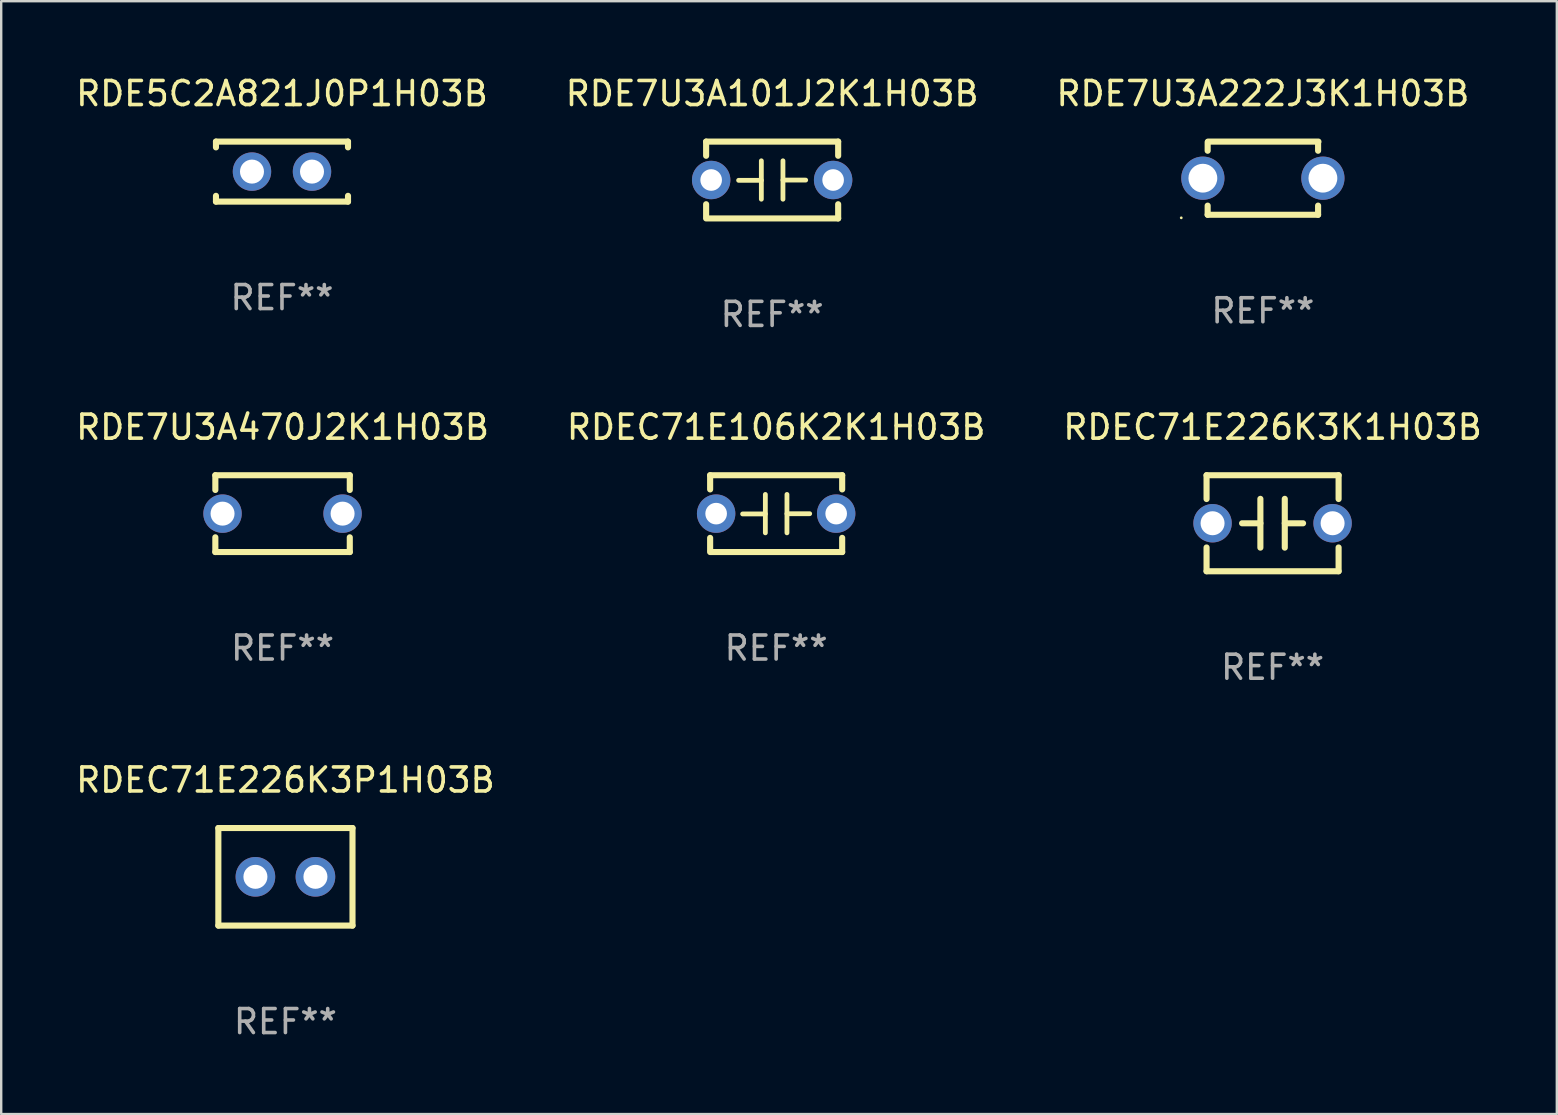
<source format=kicad_pcb>
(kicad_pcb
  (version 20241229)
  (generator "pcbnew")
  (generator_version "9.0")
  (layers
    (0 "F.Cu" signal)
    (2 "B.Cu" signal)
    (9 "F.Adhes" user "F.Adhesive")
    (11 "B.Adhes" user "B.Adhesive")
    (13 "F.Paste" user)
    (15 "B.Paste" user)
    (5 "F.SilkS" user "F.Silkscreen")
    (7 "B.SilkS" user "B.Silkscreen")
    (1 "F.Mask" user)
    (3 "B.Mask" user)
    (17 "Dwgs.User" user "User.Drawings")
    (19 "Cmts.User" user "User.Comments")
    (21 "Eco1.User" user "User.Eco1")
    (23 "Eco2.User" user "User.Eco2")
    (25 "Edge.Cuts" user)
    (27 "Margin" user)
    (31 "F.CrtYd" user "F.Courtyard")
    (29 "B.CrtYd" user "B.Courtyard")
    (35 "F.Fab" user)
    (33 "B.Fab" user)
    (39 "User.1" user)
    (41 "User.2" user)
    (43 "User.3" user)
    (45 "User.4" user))
  (footprint "RDEC71E106K2K1H03B"
    (layer "F.Cu")
    (at 29.28 18.345)
    (property "Reference" "RDEC71E106K2K1H03B" (at 0 -3.6 0) (layer "F.SilkS") (effects (font (size 1 1) (thickness 0.15))))
    (attr through_hole)
    (fp_line (start -2.75 -1.6) (end -2.75 -1.009) (stroke (width 0.254) (type solid)) (layer "F.SilkS"))
    (fp_line (start -2.75 -1.6) (end 2.75 -1.6) (stroke (width 0.254) (type solid)) (layer "F.SilkS"))
    (fp_line (start -2.75 1.009) (end -2.75 1.524) (stroke (width 0.254) (type solid)) (layer "F.SilkS"))
    (fp_line (start -2.75 1.6) (end 2.75 1.6) (stroke (width 0.254) (type solid)) (layer "F.SilkS"))
    (fp_line (start -0.45 -0.8) (end -0.45 0.8) (stroke (width 0.2) (type solid)) (layer "F.SilkS"))
    (fp_line (start -0.45 0.013) (end -1.397 0.013) (stroke (width 0.2) (type solid)) (layer "F.SilkS"))
    (fp_line (start 0.45 0.003) (end 1.397 0.003) (stroke (width 0.2) (type solid)) (layer "F.SilkS"))
    (fp_line (start 0.45 0.8) (end 0.45 -0.8) (stroke (width 0.2) (type solid)) (layer "F.SilkS"))
    (fp_line (start 2.75 -1.6) (end 2.75 -1.009) (stroke (width 0.254) (type solid)) (layer "F.SilkS"))
    (fp_line (start 2.75 1.009) (end 2.75 1.6) (stroke (width 0.254) (type solid)) (layer "F.SilkS"))
    (fp_circle (center -2.75 1.6) (end -2.72 1.6) (stroke (width 0.06) (type solid)) (fill no) (layer "F.SilkS"))
    (fp_text user "REF**" (at 0 5.6 0) (layer "F.Fab") (effects (font (size 1 1) (thickness 0.15))))
    (pad "1" thru_hole circle (at -2.5 0) (size 1.6 1.6) (drill 0.9) (layers "*.Cu" "*.Mask"))
    (pad "2" thru_hole circle (at 2.5 0) (size 1.6 1.6) (drill 0.9) (layers "*.Cu" "*.Mask")))
  (footprint "RDE5C2A821J0P1H03B"
    (layer "F.Cu")
    (at 8.696 4.098)
    (property "Reference" "RDE5C2A821J0P1H03B" (at 0 -3.25 0) (layer "F.SilkS") (effects (font (size 1 1) (thickness 0.15))))
    (attr through_hole)
    (fp_line (start -2.75 -1.25) (end -2.75 -1.009) (stroke (width 0.254) (type solid)) (layer "F.SilkS"))
    (fp_line (start -2.75 -1.25) (end 2.75 -1.25) (stroke (width 0.254) (type solid)) (layer "F.SilkS"))
    (fp_line (start -2.75 1.009) (end -2.75 1.25) (stroke (width 0.254) (type solid)) (layer "F.SilkS"))
    (fp_line (start 2.75 -1.25) (end 2.75 -1.009) (stroke (width 0.254) (type solid)) (layer "F.SilkS"))
    (fp_line (start 2.75 1.009) (end 2.75 1.25) (stroke (width 0.254) (type solid)) (layer "F.SilkS"))
    (fp_line (start 2.75 1.25) (end -2.75 1.25) (stroke (width 0.254) (type solid)) (layer "F.SilkS"))
    (fp_circle (center -2.75 1.25) (end -2.72 1.25) (stroke (width 0.06) (type solid)) (fill no) (layer "F.SilkS"))
    (fp_text user "REF**" (at 0 5.25 0) (layer "F.Fab") (effects (font (size 1 1) (thickness 0.15))))
    (pad "1" thru_hole circle (at -1.25 0) (size 1.6 1.6) (drill 1) (layers "*.Cu" "*.Mask"))
    (pad "2" thru_hole circle (at 1.25 0) (size 1.6 1.6) (drill 1) (layers "*.Cu" "*.Mask")))
  (footprint "RDE7U3A101J2K1H03B"
    (layer "F.Cu")
    (at 29.113 4.448)
    (property "Reference" "RDE7U3A101J2K1H03B" (at 0 -3.6 0) (layer "F.SilkS") (effects (font (size 1 1) (thickness 0.15))))
    (attr through_hole)
    (fp_line (start -2.75 -1.6) (end -2.75 -1.009) (stroke (width 0.254) (type solid)) (layer "F.SilkS"))
    (fp_line (start -2.75 -1.6) (end 2.75 -1.6) (stroke (width 0.254) (type solid)) (layer "F.SilkS"))
    (fp_line (start -2.75 1.009) (end -2.75 1.524) (stroke (width 0.254) (type solid)) (layer "F.SilkS"))
    (fp_line (start -2.75 1.6) (end 2.75 1.6) (stroke (width 0.254) (type solid)) (layer "F.SilkS"))
    (fp_line (start -0.45 -0.8) (end -0.45 0.8) (stroke (width 0.2) (type solid)) (layer "F.SilkS"))
    (fp_line (start -0.45 0.013) (end -1.397 0.013) (stroke (width 0.2) (type solid)) (layer "F.SilkS"))
    (fp_line (start 0.45 0.003) (end 1.397 0.003) (stroke (width 0.2) (type solid)) (layer "F.SilkS"))
    (fp_line (start 0.45 0.8) (end 0.45 -0.8) (stroke (width 0.2) (type solid)) (layer "F.SilkS"))
    (fp_line (start 2.75 -1.6) (end 2.75 -1.009) (stroke (width 0.254) (type solid)) (layer "F.SilkS"))
    (fp_line (start 2.75 1.009) (end 2.75 1.6) (stroke (width 0.254) (type solid)) (layer "F.SilkS"))
    (fp_circle (center -2.79 1.6) (end -2.76 1.6) (stroke (width 0.06) (type solid)) (fill no) (layer "F.SilkS"))
    (fp_text user "REF**" (at 0 5.6 0) (layer "F.Fab") (effects (font (size 1 1) (thickness 0.15))))
    (pad "1" thru_hole circle (at -2.54 0) (size 1.6 1.6) (drill 0.9) (layers "*.Cu" "*.Mask"))
    (pad "2" thru_hole circle (at 2.54 0) (size 1.6 1.6) (drill 0.9) (layers "*.Cu" "*.Mask")))
  (footprint "RDEC71E226K3P1H03B"
    (layer "F.Cu")
    (at 8.839 33.473)
    (property "Reference" "RDEC71E226K3P1H03B" (at 0 -4.032 0) (layer "F.SilkS") (effects (font (size 1 1) (thickness 0.15))))
    (attr through_hole)
    (fp_line (start -2.794 -2.032) (end -2.794 2.032) (stroke (width 0.254) (type solid)) (layer "F.SilkS"))
    (fp_line (start -2.794 2.032) (end 2.794 2.032) (stroke (width 0.254) (type solid)) (layer "F.SilkS"))
    (fp_line (start 2.794 -2.032) (end -2.794 -2.032) (stroke (width 0.254) (type solid)) (layer "F.SilkS"))
    (fp_line (start 2.794 2.032) (end 2.794 -2.032) (stroke (width 0.254) (type solid)) (layer "F.SilkS"))
    (fp_circle (center -2.75 2) (end -2.72 2) (stroke (width 0.06) (type solid)) (fill no) (layer "F.SilkS"))
    (fp_text user "REF**" (at 0 6.032 0) (layer "F.Fab") (effects (font (size 1 1) (thickness 0.15))))
    (pad "1" thru_hole circle (at -1.25 0) (size 1.65 1.65) (drill 1) (layers "*.Cu" "*.Mask"))
    (pad "2" thru_hole circle (at 1.25 0) (size 1.65 1.65) (drill 1) (layers "*.Cu" "*.Mask")))
  (footprint "RDE7U3A222J3K1H03B"
    (layer "F.Cu")
    (at 49.554 4.372)
    (property "Reference" "RDE7U3A222J3K1H03B" (at 0 -3.524 0) (layer "F.SilkS") (effects (font (size 1 1) (thickness 0.15))))
    (attr through_hole)
    (fp_line (start -2.3 -1.5) (end -2.3 -1.143) (stroke (width 0.254) (type solid)) (layer "F.SilkS"))
    (fp_line (start -2.3 1.524) (end -2.3 1.143) (stroke (width 0.254) (type solid)) (layer "F.SilkS"))
    (fp_line (start -2.286 -1.524) (end 2.314 -1.524) (stroke (width 0.254) (type solid)) (layer "F.SilkS"))
    (fp_line (start 2.3 -1.5) (end 2.3 -1.143) (stroke (width 0.254) (type solid)) (layer "F.SilkS"))
    (fp_line (start 2.3 1.524) (end -2.3 1.524) (stroke (width 0.254) (type solid)) (layer "F.SilkS"))
    (fp_line (start 2.3 1.524) (end 2.3 1.143) (stroke (width 0.254) (type solid)) (layer "F.SilkS"))
    (fp_circle (center -3.4 1.651) (end -3.37 1.651) (stroke (width 0.06) (type solid)) (fill no) (layer "F.SilkS"))
    (fp_text user "REF**" (at 0 5.524 0) (layer "F.Fab") (effects (font (size 1 1) (thickness 0.15))))
    (pad "1" thru_hole circle (at -2.5 0) (size 1.8 1.8) (drill 1.2) (layers "*.Cu" "*.Mask"))
    (pad "2" thru_hole circle (at 2.5 0) (size 1.8 1.8) (drill 1.2) (layers "*.Cu" "*.Mask")))
  (footprint "RDEC71E226K3K1H03B"
    (layer "F.Cu")
    (at 49.958 18.745)
    (property "Reference" "RDEC71E226K3K1H03B" (at 0 -4 0) (layer "F.SilkS") (effects (font (size 1 1) (thickness 0.15))))
    (attr through_hole)
    (fp_line (start -2.75 -2) (end -2.75 -1.009) (stroke (width 0.254) (type solid)) (layer "F.SilkS"))
    (fp_line (start -2.75 -2) (end 2.75 -2) (stroke (width 0.254) (type solid)) (layer "F.SilkS"))
    (fp_line (start -2.75 1.009) (end -2.75 2) (stroke (width 0.254) (type solid)) (layer "F.SilkS"))
    (fp_line (start -0.508 -1.016) (end -0.508 1.016) (stroke (width 0.254) (type solid)) (layer "F.SilkS"))
    (fp_line (start -0.508 0.002) (end -1.27 0.002) (stroke (width 0.254) (type solid)) (layer "F.SilkS"))
    (fp_line (start 0.508 0.002) (end 1.27 0.002) (stroke (width 0.254) (type solid)) (layer "F.SilkS"))
    (fp_line (start 0.508 1.016) (end 0.508 -1.016) (stroke (width 0.254) (type solid)) (layer "F.SilkS"))
    (fp_line (start 2.75 2) (end -2.75 2) (stroke (width 0.254) (type solid)) (layer "F.SilkS"))
    (fp_line (start 2.75 -2) (end 2.75 -1.009) (stroke (width 0.254) (type solid)) (layer "F.SilkS"))
    (fp_line (start 2.75 1.009) (end 2.75 2) (stroke (width 0.254) (type solid)) (layer "F.SilkS"))
    (fp_circle (center -2.75 2) (end -2.72 2) (stroke (width 0.06) (type solid)) (fill no) (layer "F.SilkS"))
    (fp_text user "REF**" (at 0 6 0) (layer "F.Fab") (effects (font (size 1 1) (thickness 0.15))))
    (pad "1" thru_hole circle (at -2.5 0) (size 1.6 1.6) (drill 1) (layers "*.Cu" "*.Mask"))
    (pad "2" thru_hole circle (at 2.5 0) (size 1.6 1.6) (drill 1) (layers "*.Cu" "*.Mask")))
  (footprint "RDE7U3A470J2K1H03B"
    (layer "F.Cu")
    (at 8.72 18.345)
    (property "Reference" "RDE7U3A470J2K1H03B" (at 0 -3.6 0) (layer "F.SilkS") (effects (font (size 1 1) (thickness 0.15))))
    (attr through_hole)
    (fp_line (start -2.8 -1.6) (end 2.8 -1.6) (stroke (width 0.254) (type solid)) (layer "F.SilkS"))
    (fp_line (start -2.8 -0.986) (end -2.8 -1.6) (stroke (width 0.254) (type solid)) (layer "F.SilkS"))
    (fp_line (start -2.8 1.6) (end -2.8 0.986) (stroke (width 0.254) (type solid)) (layer "F.SilkS"))
    (fp_line (start 2.8 -1.6) (end 2.8 -0.986) (stroke (width 0.254) (type solid)) (layer "F.SilkS"))
    (fp_line (start 2.8 0.986) (end 2.8 1.6) (stroke (width 0.254) (type solid)) (layer "F.SilkS"))
    (fp_line (start 2.8 1.6) (end -2.8 1.6) (stroke (width 0.254) (type solid)) (layer "F.SilkS"))
    (fp_circle (center -2.8 1.6) (end -2.77 1.6) (stroke (width 0.06) (type solid)) (fill no) (layer "F.SilkS"))
    (fp_text user "REF**" (at 0 5.6 0) (layer "F.Fab") (effects (font (size 1 1) (thickness 0.15))))
    (pad "1" thru_hole circle (at -2.5 0) (size 1.6 1.6) (drill 1) (layers "*.Cu" "*.Mask"))
    (pad "2" thru_hole circle (at 2.5 0) (size 1.6 1.6) (drill 1) (layers "*.Cu" "*.Mask")))
  (gr_rect
    (start -3 -3)
    (end 61.798 43.354)
    (stroke (width 0.1) (type default))
    (fill no)
    (layer "Edge.Cuts")))
</source>
